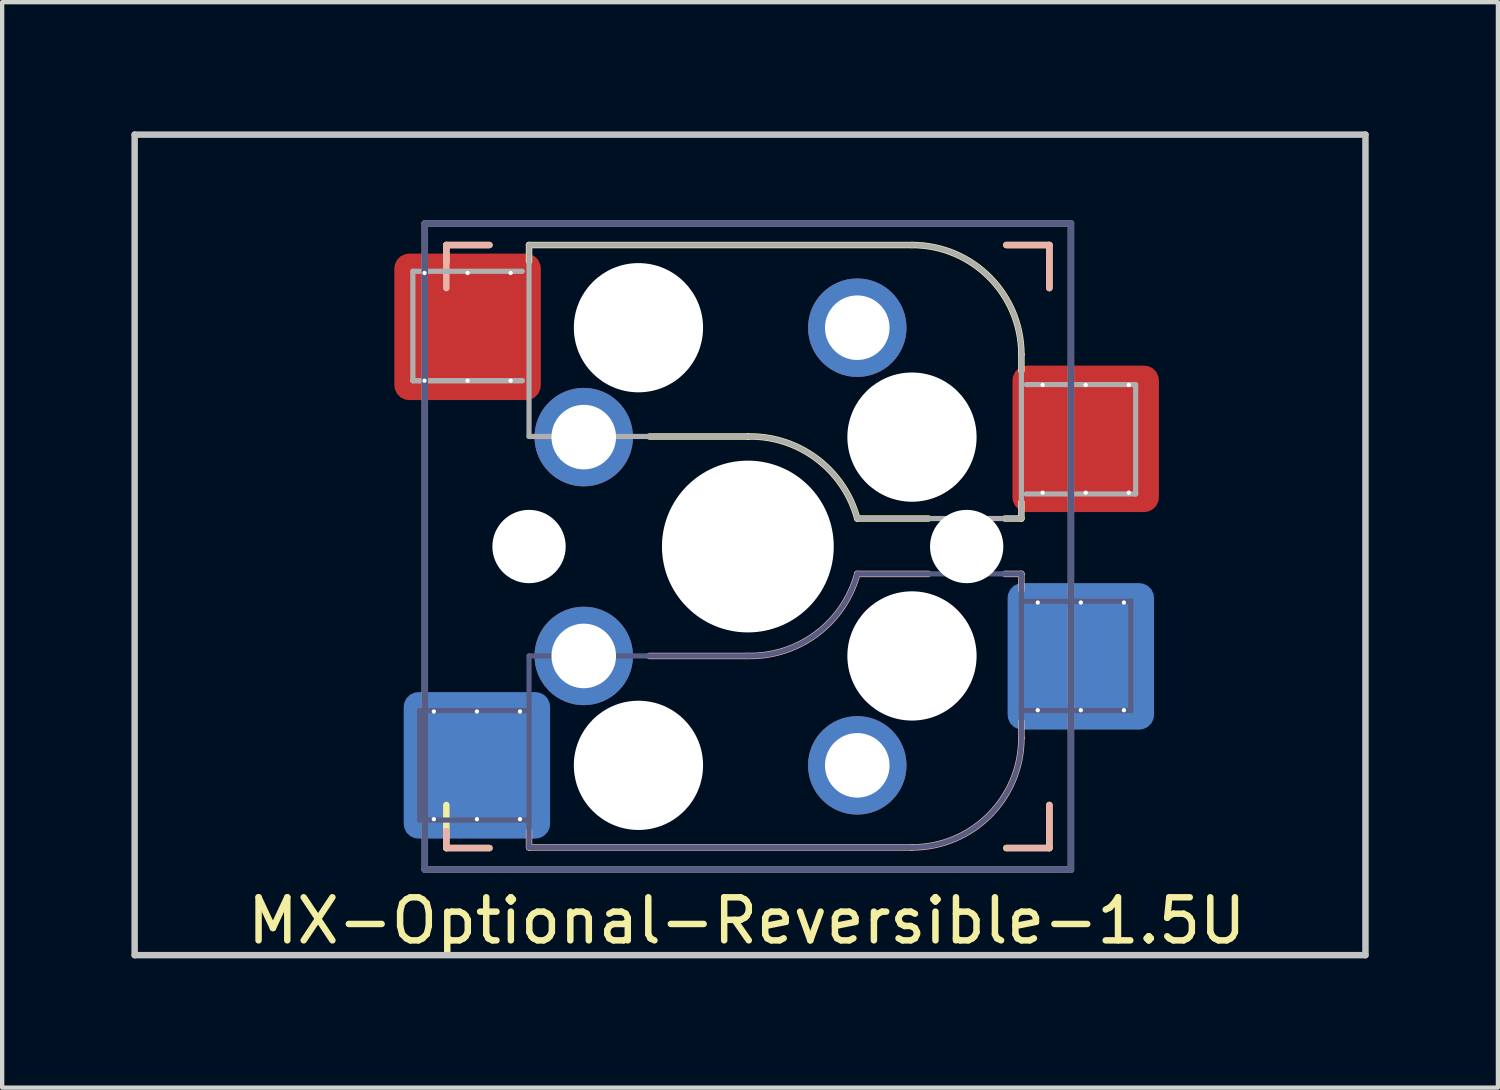
<source format=kicad_pcb>
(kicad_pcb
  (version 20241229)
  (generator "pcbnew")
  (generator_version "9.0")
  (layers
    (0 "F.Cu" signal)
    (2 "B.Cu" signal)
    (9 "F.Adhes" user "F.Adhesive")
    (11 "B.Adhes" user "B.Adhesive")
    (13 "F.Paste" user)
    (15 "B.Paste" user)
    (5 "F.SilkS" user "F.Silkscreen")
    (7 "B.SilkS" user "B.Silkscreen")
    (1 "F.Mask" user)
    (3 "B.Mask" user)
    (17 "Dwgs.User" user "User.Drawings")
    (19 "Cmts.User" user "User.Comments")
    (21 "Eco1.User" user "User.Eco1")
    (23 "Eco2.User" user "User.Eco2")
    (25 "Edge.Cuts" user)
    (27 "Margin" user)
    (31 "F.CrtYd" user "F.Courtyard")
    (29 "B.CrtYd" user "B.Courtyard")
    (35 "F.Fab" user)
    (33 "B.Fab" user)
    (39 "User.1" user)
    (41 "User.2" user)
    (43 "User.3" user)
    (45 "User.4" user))
  (footprint "MX-Optional-Reversible-1.5U"
    (layer "F.Cu")
    (at 14.363 9.6)
    (property "Reference" "MX-Optional-Reversible-1.5U" (at -0.077 8.726 180) (layer "F.SilkS") (effects (font (size 1 1) (thickness 0.15))))
    (attr smd)
    (fp_rect (start -8.258 -6.062) (end -4.858 -4.062) (stroke (width 0.1) (type solid)) (fill yes) (layer "F.Mask"))
    (fp_rect (start 6.092 -3.462) (end 9.492 -1.462) (stroke (width 0.1) (type solid)) (fill yes) (layer "F.Mask"))
    (fp_rect (start -8.041 4.118) (end -4.641 6.118) (stroke (width 0.1) (type solid)) (fill yes) (layer "B.Mask"))
    (fp_rect (start 5.979 1.588) (end 9.379 3.588) (stroke (width 0.1) (type solid)) (fill yes) (layer "B.Mask"))
    (fp_line (start -7.051 -6.962) (end -6.051 -6.962) (stroke (width 0.15) (type solid)) (layer "F.SilkS"))
    (fp_line (start -7.051 -6.566) (end -7.051 -6.962) (stroke (width 0.15) (type solid)) (layer "F.SilkS"))
    (fp_line (start -7.051 7.038) (end -7.051 6.038) (stroke (width 0.15) (type solid)) (layer "F.SilkS"))
    (fp_line (start -6.051 7.038) (end -7.051 7.038) (stroke (width 0.15) (type solid)) (layer "F.SilkS"))
    (fp_line (start -5.131 -6.581) (end -5.131 -6.962) (stroke (width 0.15) (type solid)) (layer "F.SilkS"))
    (fp_line (start -2.337 -2.517) (end -0.051 -2.517) (stroke (width 0.15) (type solid)) (layer "F.SilkS"))
    (fp_line (start 2.489 -0.612) (end 4.14 -0.612) (stroke (width 0.15) (type solid)) (layer "F.SilkS"))
    (fp_line (start 3.759 -6.962) (end -5.131 -6.962) (stroke (width 0.15) (type solid)) (layer "F.SilkS"))
    (fp_line (start 5.918 -0.612) (end 6.299 -0.612) (stroke (width 0.15) (type solid)) (layer "F.SilkS"))
    (fp_line (start 5.949 -6.962) (end 6.949 -6.962) (stroke (width 0.15) (type solid)) (layer "F.SilkS"))
    (fp_line (start 6.299 -4.041) (end 6.299 -4.422) (stroke (width 0.15) (type solid)) (layer "F.SilkS"))
    (fp_line (start 6.299 -0.612) (end 6.299 -0.993) (stroke (width 0.15) (type solid)) (layer "F.SilkS"))
    (fp_line (start 6.949 -6.962) (end 6.949 -5.962) (stroke (width 0.15) (type solid)) (layer "F.SilkS"))
    (fp_line (start 6.949 6.038) (end 6.949 7.038) (stroke (width 0.15) (type solid)) (layer "F.SilkS"))
    (fp_line (start 6.949 7.038) (end 5.949 7.038) (stroke (width 0.15) (type solid)) (layer "F.SilkS"))
    (fp_arc (start -0.05085 -2.51696) (mid 1.54712 -2.001754) (end 2.48915 -0.61196) (stroke (width 0.15) (type solid)) (layer "F.SilkS"))
    (fp_arc (start 3.75915 -6.96196) (mid 5.555201 -6.218011) (end 6.29915 -4.42196) (stroke (width 0.15) (type solid)) (layer "F.SilkS"))
    (fp_line (start -7.051 -6.962) (end -6.051 -6.962) (stroke (width 0.15) (type solid)) (layer "B.SilkS"))
    (fp_line (start -7.051 -5.962) (end -7.051 -6.962) (stroke (width 0.15) (type solid)) (layer "B.SilkS"))
    (fp_line (start -7.051 7.038) (end -7.051 6.642) (stroke (width 0.15) (type solid)) (layer "B.SilkS"))
    (fp_line (start -6.051 7.038) (end -7.051 7.038) (stroke (width 0.15) (type solid)) (layer "B.SilkS"))
    (fp_line (start -5.131 7.023) (end -5.131 6.642) (stroke (width 0.15) (type solid)) (layer "B.SilkS"))
    (fp_line (start -5.131 7.023) (end 3.759 7.023) (stroke (width 0.15) (type solid)) (layer "B.SilkS"))
    (fp_line (start -0.051 2.578) (end -2.337 2.578) (stroke (width 0.15) (type solid)) (layer "B.SilkS"))
    (fp_line (start 4.14 0.673) (end 2.489 0.673) (stroke (width 0.15) (type solid)) (layer "B.SilkS"))
    (fp_line (start 5.949 -6.962) (end 6.949 -6.962) (stroke (width 0.15) (type solid)) (layer "B.SilkS"))
    (fp_line (start 6.299 0.673) (end 5.918 0.673) (stroke (width 0.15) (type solid)) (layer "B.SilkS"))
    (fp_line (start 6.299 1.054) (end 6.299 0.673) (stroke (width 0.15) (type solid)) (layer "B.SilkS"))
    (fp_line (start 6.299 4.483) (end 6.299 4.102) (stroke (width 0.15) (type solid)) (layer "B.SilkS"))
    (fp_line (start 6.949 -6.962) (end 6.949 -5.962) (stroke (width 0.15) (type solid)) (layer "B.SilkS"))
    (fp_line (start 6.949 6.038) (end 6.949 7.038) (stroke (width 0.15) (type solid)) (layer "B.SilkS"))
    (fp_line (start 6.949 7.038) (end 5.949 7.038) (stroke (width 0.15) (type solid)) (layer "B.SilkS"))
    (fp_arc (start 2.48915 0.67304) (mid 1.547119 2.062831) (end -0.05085 2.57804) (stroke (width 0.15) (type solid)) (layer "B.SilkS"))
    (fp_arc (start 6.29915 4.48304) (mid 5.555201 6.279091) (end 3.75915 7.02304) (stroke (width 0.15) (type solid)) (layer "B.SilkS"))
    (fp_line (start -14.287 9.525) (end -14.287 -9.525) (stroke (width 0.15) (type solid)) (layer "Dwgs.User"))
    (fp_line (start 14.287 -9.525) (end -14.287 -9.525) (stroke (width 0.15) (type solid)) (layer "Dwgs.User"))
    (fp_line (start 14.287 9.525) (end -14.287 9.525) (stroke (width 0.15) (type solid)) (layer "Dwgs.User"))
    (fp_line (start 14.287 9.525) (end 14.287 -9.525) (stroke (width 0.15) (type solid)) (layer "Dwgs.User"))
    (fp_line (start -6.951 6.938) (end -6.951 -6.862) (stroke (width 0.15) (type solid)) (layer "Eco2.User"))
    (fp_line (start -6.951 6.938) (end 6.849 6.938) (stroke (width 0.15) (type solid)) (layer "Eco2.User"))
    (fp_line (start 6.849 -6.862) (end -6.951 -6.862) (stroke (width 0.15) (type solid)) (layer "Eco2.User"))
    (fp_line (start 6.849 -6.862) (end 6.849 6.938) (stroke (width 0.15) (type solid)) (layer "Eco2.User"))
    (fp_line (start -7.671 3.848) (end -7.671 6.388) (stroke (width 0.12) (type solid)) (layer "B.Fab"))
    (fp_line (start -7.671 6.388) (end -5.131 6.388) (stroke (width 0.12) (type solid)) (layer "B.Fab"))
    (fp_line (start -7.551 -7.462) (end 7.449 -7.462) (stroke (width 0.15) (type solid)) (layer "B.Fab"))
    (fp_line (start -7.551 7.538) (end -7.551 -7.462) (stroke (width 0.15) (type solid)) (layer "B.Fab"))
    (fp_line (start -5.131 2.578) (end -5.131 7.023) (stroke (width 0.12) (type solid)) (layer "B.Fab"))
    (fp_line (start -5.131 3.848) (end -7.671 3.848) (stroke (width 0.12) (type solid)) (layer "B.Fab"))
    (fp_line (start -5.131 7.023) (end 3.759 7.023) (stroke (width 0.12) (type solid)) (layer "B.Fab"))
    (fp_line (start -0.051 2.578) (end -5.131 2.578) (stroke (width 0.12) (type solid)) (layer "B.Fab"))
    (fp_line (start 6.299 0.673) (end 2.489 0.673) (stroke (width 0.12) (type solid)) (layer "B.Fab"))
    (fp_line (start 6.299 3.848) (end 8.839 3.848) (stroke (width 0.12) (type solid)) (layer "B.Fab"))
    (fp_line (start 6.299 4.483) (end 6.299 0.673) (stroke (width 0.12) (type solid)) (layer "B.Fab"))
    (fp_line (start 7.449 -7.462) (end 7.449 7.538) (stroke (width 0.15) (type solid)) (layer "B.Fab"))
    (fp_line (start 7.449 7.538) (end -7.551 7.538) (stroke (width 0.15) (type solid)) (layer "B.Fab"))
    (fp_line (start 8.839 1.308) (end 6.299 1.308) (stroke (width 0.12) (type solid)) (layer "B.Fab"))
    (fp_line (start 8.839 3.848) (end 8.839 1.308) (stroke (width 0.12) (type solid)) (layer "B.Fab"))
    (fp_arc (start 2.48915 0.67304) (mid 1.547119 2.062831) (end -0.05085 2.57804) (stroke (width 0.12) (type solid)) (layer "B.Fab"))
    (fp_arc (start 6.29915 4.48304) (mid 5.555201 6.279091) (end 3.75915 7.02304) (stroke (width 0.12) (type solid)) (layer "B.Fab"))
    (fp_line (start -7.828 -6.352) (end -7.828 -3.812) (stroke (width 0.12) (type solid)) (layer "F.Fab"))
    (fp_line (start -7.828 -3.812) (end -5.288 -3.812) (stroke (width 0.12) (type solid)) (layer "F.Fab"))
    (fp_line (start -7.828 -3.812) (end -5.288 -3.812) (stroke (width 0.12) (type solid)) (layer "F.Fab"))
    (fp_line (start -7.551 -7.462) (end 7.449 -7.462) (stroke (width 0.15) (type solid)) (layer "F.Fab"))
    (fp_line (start -7.551 7.538) (end -7.551 -7.462) (stroke (width 0.15) (type solid)) (layer "F.Fab"))
    (fp_line (start -5.288 -6.352) (end -7.828 -6.352) (stroke (width 0.12) (type solid)) (layer "F.Fab"))
    (fp_line (start -5.131 -6.962) (end -5.131 -2.517) (stroke (width 0.12) (type solid)) (layer "F.Fab"))
    (fp_line (start -5.131 -2.517) (end -0.051 -2.517) (stroke (width 0.12) (type solid)) (layer "F.Fab"))
    (fp_line (start 2.489 -0.612) (end 6.299 -0.612) (stroke (width 0.12) (type solid)) (layer "F.Fab"))
    (fp_line (start 3.759 -6.962) (end -5.131 -6.962) (stroke (width 0.12) (type solid)) (layer "F.Fab"))
    (fp_line (start 6.299 -0.612) (end 6.299 -4.422) (stroke (width 0.12) (type solid)) (layer "F.Fab"))
    (fp_line (start 6.412 -1.182) (end 8.952 -1.182) (stroke (width 0.12) (type solid)) (layer "F.Fab"))
    (fp_line (start 7.449 -7.462) (end 7.449 7.538) (stroke (width 0.15) (type solid)) (layer "F.Fab"))
    (fp_line (start 7.449 7.538) (end -7.551 7.538) (stroke (width 0.15) (type solid)) (layer "F.Fab"))
    (fp_line (start 8.952 -3.722) (end 6.412 -3.722) (stroke (width 0.12) (type solid)) (layer "F.Fab"))
    (fp_line (start 8.952 -1.182) (end 8.952 -3.722) (stroke (width 0.12) (type solid)) (layer "F.Fab"))
    (fp_arc (start -0.05085 -2.51696) (mid 1.547122 -2.001755) (end 2.48915 -0.61196) (stroke (width 0.12) (type solid)) (layer "F.Fab"))
    (fp_arc (start 3.75915 -6.96196) (mid 5.555201 -6.218011) (end 6.29915 -4.42196) (stroke (width 0.12) (type solid)) (layer "F.Fab"))
    (pad "" np_thru_hole circle (at -5.131 0.038) (size 1.702 1.702) (drill 1.702) (layers "*.Cu" "*.Mask"))
    (pad "" np_thru_hole circle (at -2.591 -5.042) (size 3 3) (drill 3) (layers "*.Cu" "*.Mask"))
    (pad "" np_thru_hole circle (at -2.591 5.118) (size 3 3) (drill 3) (layers "*.Cu" "*.Mask"))
    (pad "" np_thru_hole circle (at -0.051 0.038) (size 3.988 3.988) (drill 3.988) (layers "*.Cu" "*.Mask"))
    (pad "" np_thru_hole circle (at 3.759 -2.502) (size 3 3) (drill 3) (layers "*.Cu" "*.Mask"))
    (pad "" np_thru_hole circle (at 3.759 2.578) (size 3 3) (drill 3) (layers "*.Cu" "*.Mask"))
    (pad "" np_thru_hole circle (at 5.029 0.038) (size 1.702 1.702) (drill 1.702) (layers "*.Cu" "*.Mask"))
    (pad "1" thru_hole circle (at -7.558 -6.312 270) (size 0.1 0.1) (drill 0.3) (layers "*.Cu" "*.Mask"))
    (pad "1" thru_hole circle (at -7.558 -3.812 270) (size 0.1 0.1) (drill 0.3) (layers "*.Cu" "*.Mask"))
    (pad "1" thru_hole circle (at -7.341 3.868 270) (size 0.1 0.1) (drill 0.3) (layers "*.Cu" "*.Mask"))
    (pad "1" thru_hole circle (at -7.341 6.368 270) (size 0.1 0.1) (drill 0.3) (layers "*.Cu" "*.Mask"))
    (pad "1" thru_hole circle (at -6.558 -6.312 270) (size 0.1 0.1) (drill 0.3) (layers "*.Cu"))
    (pad "1" smd roundrect (at -6.558 -5.062 180) (size 3.4 3.4) (property pad_prop_bga) (layers "F.Cu" "F.Paste") (roundrect_rratio 0.1))
    (pad "1" thru_hole circle (at -6.558 -3.812 270) (size 0.1 0.1) (drill 0.3) (layers "*.Cu" "*.Mask"))
    (pad "1" thru_hole circle (at -6.341 3.868 270) (size 0.1 0.1) (drill 0.3) (layers "*.Cu"))
    (pad "1" smd roundrect (at -6.341 5.118) (size 3.4 3.4) (property pad_prop_bga) (layers "B.Cu" "B.Paste") (roundrect_rratio 0.1))
    (pad "1" thru_hole circle (at -6.341 6.368 270) (size 0.1 0.1) (drill 0.3) (layers "*.Cu" "*.Mask"))
    (pad "1" thru_hole circle (at -5.558 -6.312 270) (size 0.1 0.1) (drill 0.3) (layers "*.Cu"))
    (pad "1" thru_hole circle (at -5.558 -3.812 270) (size 0.1 0.1) (drill 0.3) (layers "*.Cu" "*.Mask"))
    (pad "1" thru_hole circle (at -5.341 3.868 270) (size 0.1 0.1) (drill 0.3) (layers "*.Cu"))
    (pad "1" thru_hole circle (at -5.341 6.368 270) (size 0.1 0.1) (drill 0.3) (layers "*.Cu" "*.Mask"))
    (pad "1" thru_hole circle (at -3.861 -2.502) (size 2.286 2.286) (drill 1.499) (layers "*.Cu" "*.Mask"))
    (pad "1" thru_hole circle (at -3.861 2.578) (size 2.286 2.286) (drill 1.499) (layers "*.Cu" "*.Mask"))
    (pad "2" thru_hole circle (at 2.489 -5.042) (size 2.286 2.286) (drill 1.499) (layers "*.Cu" "*.Mask"))
    (pad "2" thru_hole circle (at 2.489 5.118) (size 2.286 2.286) (drill 1.499) (layers "*.Cu" "*.Mask"))
    (pad "2" thru_hole circle (at 6.679 1.338 270) (size 0.1 0.1) (drill 0.3) (layers "*.Cu" "*.Mask"))
    (pad "2" thru_hole circle (at 6.679 3.838 270) (size 0.1 0.1) (drill 0.3) (layers "*.Cu" "*.Mask"))
    (pad "2" thru_hole circle (at 6.792 -3.712 270) (size 0.1 0.1) (drill 0.3) (layers "*.Cu" "*.Mask"))
    (pad "2" thru_hole circle (at 6.792 -1.212 270) (size 0.1 0.1) (drill 0.3) (layers "*.Cu" "*.Mask"))
    (pad "2" thru_hole circle (at 7.679 1.338 270) (size 0.1 0.1) (drill 0.3) (layers "*.Cu" "*.Mask"))
    (pad "2" smd roundrect (at 7.679 2.588) (size 3.4 3.4) (property pad_prop_bga) (layers "B.Cu" "B.Paste") (roundrect_rratio 0.1))
    (pad "2" thru_hole circle (at 7.679 3.838 270) (size 0.1 0.1) (drill 0.3) (layers "*.Cu"))
    (pad "2" thru_hole circle (at 7.792 -3.712 270) (size 0.1 0.1) (drill 0.3) (layers "*.Cu"))
    (pad "2" smd roundrect (at 7.792 -2.462 180) (size 3.4 3.4) (property pad_prop_bga) (layers "F.Cu" "F.Paste") (roundrect_rratio 0.1))
    (pad "2" thru_hole circle (at 7.792 -1.212 270) (size 0.1 0.1) (drill 0.3) (layers "*.Cu" "*.Mask"))
    (pad "2" thru_hole circle (at 8.679 1.338 270) (size 0.1 0.1) (drill 0.3) (layers "*.Cu" "*.Mask"))
    (pad "2" thru_hole circle (at 8.679 3.838 270) (size 0.1 0.1) (drill 0.3) (layers "*.Cu"))
    (pad "2" thru_hole circle (at 8.792 -3.712 270) (size 0.1 0.1) (drill 0.3) (layers "*.Cu"))
    (pad "2" thru_hole circle (at 8.792 -1.212 270) (size 0.1 0.1) (drill 0.3) (layers "*.Cu" "*.Mask")))
  (gr_rect
    (start -3 -3)
    (end 31.725 22.2)
    (stroke (width 0.1) (type default))
    (fill no)
    (layer "Edge.Cuts")))
</source>
